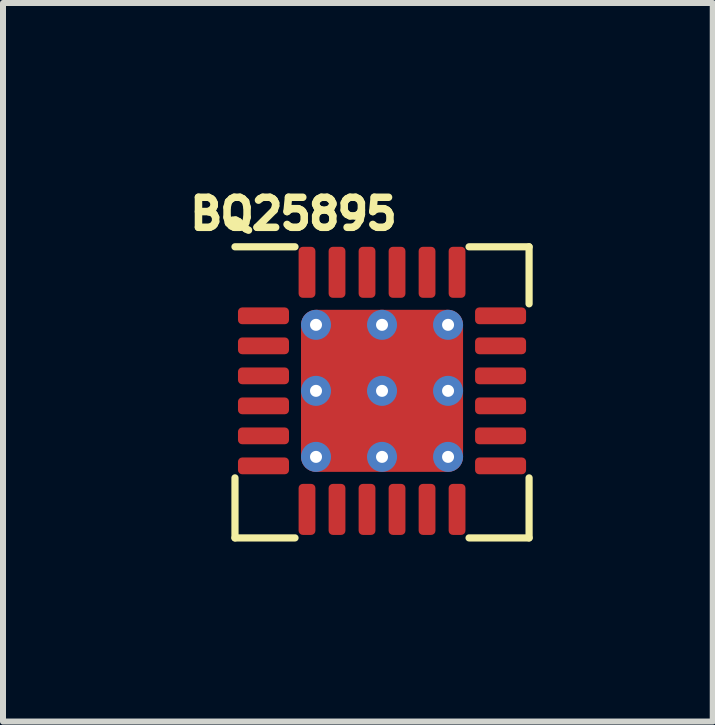
<source format=kicad_pcb>
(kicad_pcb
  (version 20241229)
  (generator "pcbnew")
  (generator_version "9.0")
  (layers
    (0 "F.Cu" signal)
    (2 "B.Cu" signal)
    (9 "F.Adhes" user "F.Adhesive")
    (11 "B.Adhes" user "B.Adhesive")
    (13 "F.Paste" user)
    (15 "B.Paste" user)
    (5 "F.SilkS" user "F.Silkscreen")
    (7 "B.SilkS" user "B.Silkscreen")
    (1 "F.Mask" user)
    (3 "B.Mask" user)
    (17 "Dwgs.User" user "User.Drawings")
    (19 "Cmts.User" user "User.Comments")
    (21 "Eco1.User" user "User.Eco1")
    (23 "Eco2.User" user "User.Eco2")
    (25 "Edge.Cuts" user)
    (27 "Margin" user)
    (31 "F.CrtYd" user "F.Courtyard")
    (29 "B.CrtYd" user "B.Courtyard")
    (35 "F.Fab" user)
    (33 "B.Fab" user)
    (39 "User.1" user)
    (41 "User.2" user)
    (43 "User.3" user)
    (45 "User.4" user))
  (footprint "BQ25895"
    (layer "F.Cu")
    (at 3.315 3.462)
    (property "Reference" "BQ25895" (at -1.475 -2.95 0) (layer "F.SilkS") (effects (font (size 0.5 0.5) (thickness 0.125))))
    (attr through_hole)
    (fp_line (start -2.45 2.45) (end -2.45 1.45) (stroke (width 0.12) (type solid)) (layer "F.SilkS"))
    (fp_line (start -1.45 -2.4) (end -2.45 -2.4) (stroke (width 0.12) (type solid)) (layer "F.SilkS"))
    (fp_line (start -1.45 2.45) (end -2.45 2.45) (stroke (width 0.12) (type solid)) (layer "F.SilkS"))
    (fp_line (start 1.45 2.45) (end 2.45 2.45) (stroke (width 0.12) (type solid)) (layer "F.SilkS"))
    (fp_line (start 2.45 -2.4) (end 1.45 -2.4) (stroke (width 0.12) (type solid)) (layer "F.SilkS"))
    (fp_line (start 2.45 -1.45) (end 2.45 -2.4) (stroke (width 0.12) (type solid)) (layer "F.SilkS"))
    (fp_line (start 2.45 2.45) (end 2.45 1.45) (stroke (width 0.12) (type solid)) (layer "F.SilkS"))
    (pad "1" smd roundrect (at -1.975 -1.25) (size 0.85 0.28) (layers "F.Cu" "F.Mask" "F.Paste") (roundrect_rratio 0.25))
    (pad "2" smd roundrect (at -1.975 -0.75) (size 0.85 0.28) (layers "F.Cu" "F.Mask" "F.Paste") (roundrect_rratio 0.25))
    (pad "3" smd roundrect (at -1.975 -0.25) (size 0.85 0.28) (layers "F.Cu" "F.Mask" "F.Paste") (roundrect_rratio 0.25))
    (pad "4" smd roundrect (at -1.975 0.25) (size 0.85 0.28) (layers "F.Cu" "F.Mask" "F.Paste") (roundrect_rratio 0.25))
    (pad "5" smd roundrect (at -1.975 0.75) (size 0.85 0.28) (layers "F.Cu" "F.Mask" "F.Paste") (roundrect_rratio 0.25))
    (pad "6" smd roundrect (at -1.975 1.25) (size 0.85 0.28) (layers "F.Cu" "F.Mask" "F.Paste") (roundrect_rratio 0.25))
    (pad "7" smd roundrect (at -1.25 1.975 90) (size 0.85 0.28) (layers "F.Cu" "F.Mask" "F.Paste") (roundrect_rratio 0.25))
    (pad "8" smd roundrect (at -0.75 1.975 90) (size 0.85 0.28) (layers "F.Cu" "F.Mask" "F.Paste") (roundrect_rratio 0.25))
    (pad "9" smd roundrect (at -0.25 1.975 90) (size 0.85 0.28) (layers "F.Cu" "F.Mask" "F.Paste") (roundrect_rratio 0.25))
    (pad "10" smd roundrect (at 0.25 1.975 90) (size 0.85 0.28) (layers "F.Cu" "F.Mask" "F.Paste") (roundrect_rratio 0.25))
    (pad "11" smd roundrect (at 0.75 1.975 90) (size 0.85 0.28) (layers "F.Cu" "F.Mask" "F.Paste") (roundrect_rratio 0.25))
    (pad "12" smd roundrect (at 1.25 1.975 90) (size 0.85 0.28) (layers "F.Cu" "F.Mask" "F.Paste") (roundrect_rratio 0.25))
    (pad "13" smd roundrect (at 1.975 1.25 180) (size 0.85 0.28) (layers "F.Cu" "F.Mask" "F.Paste") (roundrect_rratio 0.25))
    (pad "14" smd roundrect (at 1.975 0.75 180) (size 0.85 0.28) (layers "F.Cu" "F.Mask" "F.Paste") (roundrect_rratio 0.25))
    (pad "15" smd roundrect (at 1.975 0.25 180) (size 0.85 0.28) (layers "F.Cu" "F.Mask" "F.Paste") (roundrect_rratio 0.25))
    (pad "16" smd roundrect (at 1.975 -0.25 180) (size 0.85 0.28) (layers "F.Cu" "F.Mask" "F.Paste") (roundrect_rratio 0.25))
    (pad "17" smd roundrect (at 1.975 -0.75 180) (size 0.85 0.28) (layers "F.Cu" "F.Mask" "F.Paste") (roundrect_rratio 0.25))
    (pad "18" smd roundrect (at 1.975 -1.25 180) (size 0.85 0.28) (layers "F.Cu" "F.Mask" "F.Paste") (roundrect_rratio 0.25))
    (pad "19" smd roundrect (at 1.25 -1.975 270) (size 0.85 0.28) (layers "F.Cu" "F.Mask" "F.Paste") (roundrect_rratio 0.25))
    (pad "20" smd roundrect (at 0.75 -1.975 270) (size 0.85 0.28) (layers "F.Cu" "F.Mask" "F.Paste") (roundrect_rratio 0.25))
    (pad "21" smd roundrect (at 0.25 -1.975 270) (size 0.85 0.28) (layers "F.Cu" "F.Mask" "F.Paste") (roundrect_rratio 0.25))
    (pad "22" smd roundrect (at -0.25 -1.975 270) (size 0.85 0.28) (layers "F.Cu" "F.Mask" "F.Paste") (roundrect_rratio 0.25))
    (pad "23" smd roundrect (at -0.75 -1.975 270) (size 0.85 0.28) (layers "F.Cu" "F.Mask" "F.Paste") (roundrect_rratio 0.25))
    (pad "24" smd roundrect (at -1.25 -1.975 270) (size 0.85 0.28) (layers "F.Cu" "F.Mask" "F.Paste") (roundrect_rratio 0.25))
    (pad "25" thru_hole circle (at -1.1 -1.1) (size 0.5 0.5) (drill 0.2) (layers "*.Cu" "*.Mask"))
    (pad "25" thru_hole circle (at -1.1 0) (size 0.5 0.5) (drill 0.2) (layers "*.Cu" "*.Mask"))
    (pad "25" thru_hole circle (at -1.1 1.1) (size 0.5 0.5) (drill 0.2) (layers "*.Cu" "*.Mask"))
    (pad "25" thru_hole circle (at 0 -1.1) (size 0.5 0.5) (drill 0.2) (layers "*.Cu" "*.Mask"))
    (pad "25" thru_hole circle (at 0 0) (size 0.5 0.5) (drill 0.2) (layers "*.Cu" "*.Mask"))
    (pad "25" smd roundrect (at 0 0 270) (size 2.7 2.7) (layers "F.Cu" "F.Mask" "F.Paste") (roundrect_rratio 0.093))
    (pad "25" thru_hole circle (at 0 1.1) (size 0.5 0.5) (drill 0.2) (layers "*.Cu" "*.Mask"))
    (pad "25" thru_hole circle (at 1.1 -1.1) (size 0.5 0.5) (drill 0.2) (layers "*.Cu" "*.Mask"))
    (pad "25" thru_hole circle (at 1.1 0) (size 0.5 0.5) (drill 0.2) (layers "*.Cu" "*.Mask"))
    (pad "25" thru_hole circle (at 1.1 1.1) (size 0.5 0.5) (drill 0.2) (layers "*.Cu" "*.Mask")))
  (gr_rect
    (start -3 -3)
    (end 8.825 8.972)
    (stroke (width 0.1) (type default))
    (fill no)
    (layer "Edge.Cuts")))
</source>
